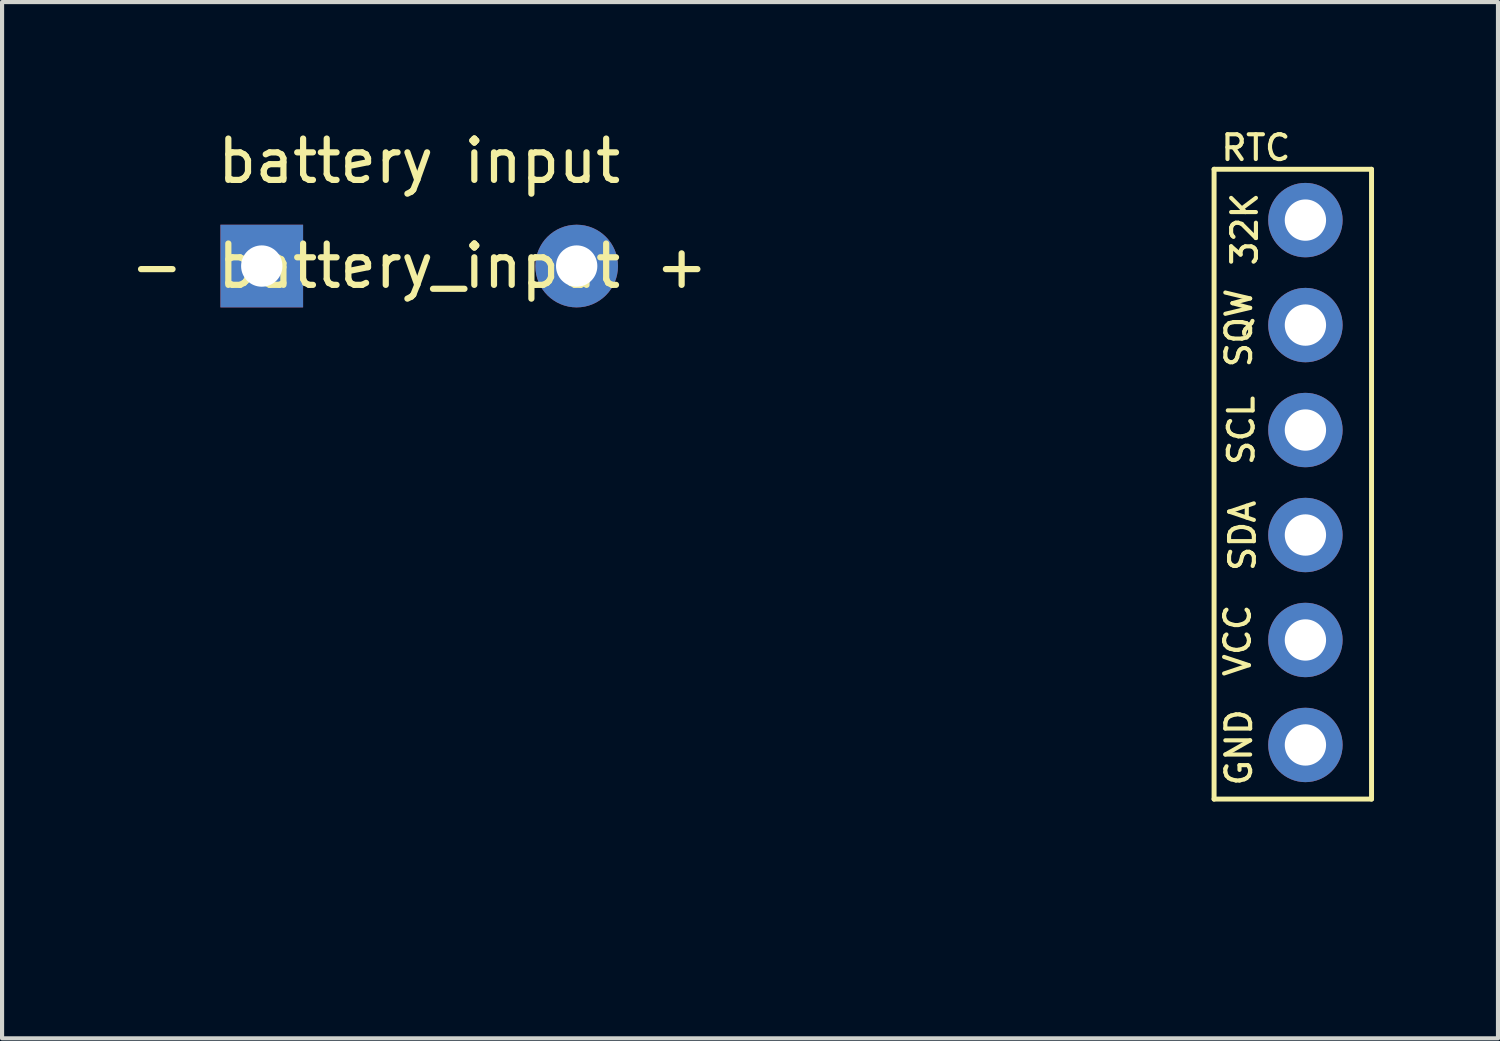
<source format=kicad_pcb>
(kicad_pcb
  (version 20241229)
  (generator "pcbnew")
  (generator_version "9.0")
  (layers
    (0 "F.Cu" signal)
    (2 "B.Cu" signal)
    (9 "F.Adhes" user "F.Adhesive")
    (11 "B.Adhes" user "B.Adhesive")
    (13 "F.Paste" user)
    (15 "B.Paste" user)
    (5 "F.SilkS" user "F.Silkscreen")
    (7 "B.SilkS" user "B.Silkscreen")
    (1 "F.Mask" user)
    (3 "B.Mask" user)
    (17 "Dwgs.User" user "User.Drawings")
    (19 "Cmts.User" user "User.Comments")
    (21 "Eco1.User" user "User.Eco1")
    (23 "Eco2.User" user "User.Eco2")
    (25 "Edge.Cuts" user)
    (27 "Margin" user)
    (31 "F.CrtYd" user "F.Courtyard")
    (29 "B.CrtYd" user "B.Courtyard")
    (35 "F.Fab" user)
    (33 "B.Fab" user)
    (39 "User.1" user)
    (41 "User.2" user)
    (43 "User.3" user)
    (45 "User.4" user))
  (footprint "battery_input"
    (layer "F.Cu")
    (at 7.094 2.118)
    (property "Reference" "battery_input" (at 0 1.27 0) (layer "F.SilkS") (effects (font (size 1 1) (thickness 0.15))))
    (attr through_hole)
    (fp_text user "-" (at -6.35 1.27 0) (layer "F.SilkS") (effects (font (size 1 1) (thickness 0.15))))
    (fp_text user "+" (at 6.35 1.27 0) (layer "F.SilkS") (effects (font (size 1 1) (thickness 0.15))))
    (fp_text user "battery input" (at 0 -1.27 0) (layer "F.SilkS") (effects (font (size 1 1) (thickness 0.15))))
    (pad "1" thru_hole circle (at 3.81 1.27) (size 2 2) (drill 1) (layers "*.Cu" "*.Mask"))
    (pad "2" thru_hole rect (at -3.81 1.27) (size 2 2) (drill 1) (layers "*.Cu" "*.Mask")))
  (footprint "RTC"
    (layer "F.Cu")
    (at 17.438 18.826)
    (property "Reference" "RTC" (at 9.9 -18.3 0) (layer "F.SilkS") (effects (font (size 0.6 0.6) (thickness 0.1))))
    (attr through_hole)
    (fp_line (start 8.89 -17.78) (end 8.89 -2.54) (stroke (width 0.12) (type solid)) (layer "F.SilkS"))
    (fp_line (start 8.89 -2.54) (end 12.7 -2.54) (stroke (width 0.12) (type solid)) (layer "F.SilkS"))
    (fp_line (start 12.7 -17.78) (end 8.89 -17.78) (stroke (width 0.12) (type solid)) (layer "F.SilkS"))
    (fp_line (start 12.7 -17.78) (end 12.7 -2.54) (stroke (width 0.12) (type solid)) (layer "F.SilkS"))
    (fp_text user "SCL" (at 9.55 -11.46 270) (layer "F.SilkS") (effects (font (size 0.6 0.6) (thickness 0.1))))
    (fp_text user "SDA" (at 9.58 -8.91 270) (layer "F.SilkS") (effects (font (size 0.6 0.6) (thickness 0.1))))
    (fp_text user "VCC" (at 9.46 -6.38 90) (layer "F.SilkS") (effects (font (size 0.6 0.6) (thickness 0.1))))
    (fp_text user "32K" (at 9.63 -16.33 270) (layer "F.SilkS") (effects (font (size 0.6 0.6) (thickness 0.1))))
    (fp_text user "SQW" (at 9.49 -13.94 270) (layer "F.SilkS") (effects (font (size 0.6 0.6) (thickness 0.1))))
    (fp_text user "GND" (at 9.49 -3.79 270) (layer "F.SilkS") (effects (font (size 0.6 0.6) (thickness 0.1))))
    (pad "1" thru_hole circle (at 11.1 -16.55) (size 1.8 1.8) (drill 1) (layers "*.Cu" "*.Mask"))
    (pad "2" thru_hole circle (at 11.1 -14.01) (size 1.8 1.8) (drill 1) (layers "*.Cu" "*.Mask"))
    (pad "3" thru_hole circle (at 11.1 -11.47) (size 1.8 1.8) (drill 1) (layers "*.Cu" "*.Mask"))
    (pad "4" thru_hole circle (at 11.1 -8.93) (size 1.8 1.8) (drill 1) (layers "*.Cu" "*.Mask"))
    (pad "5" thru_hole circle (at 11.1 -6.39) (size 1.8 1.8) (drill 1) (layers "*.Cu" "*.Mask"))
    (pad "6" thru_hole circle (at 11.1 -3.85) (size 1.8 1.8) (drill 1) (layers "*.Cu" "*.Mask")))
  (gr_rect
    (start -3 -3)
    (end 33.198 22.076)
    (stroke (width 0.1) (type default))
    (fill no)
    (layer "Edge.Cuts")))
</source>
